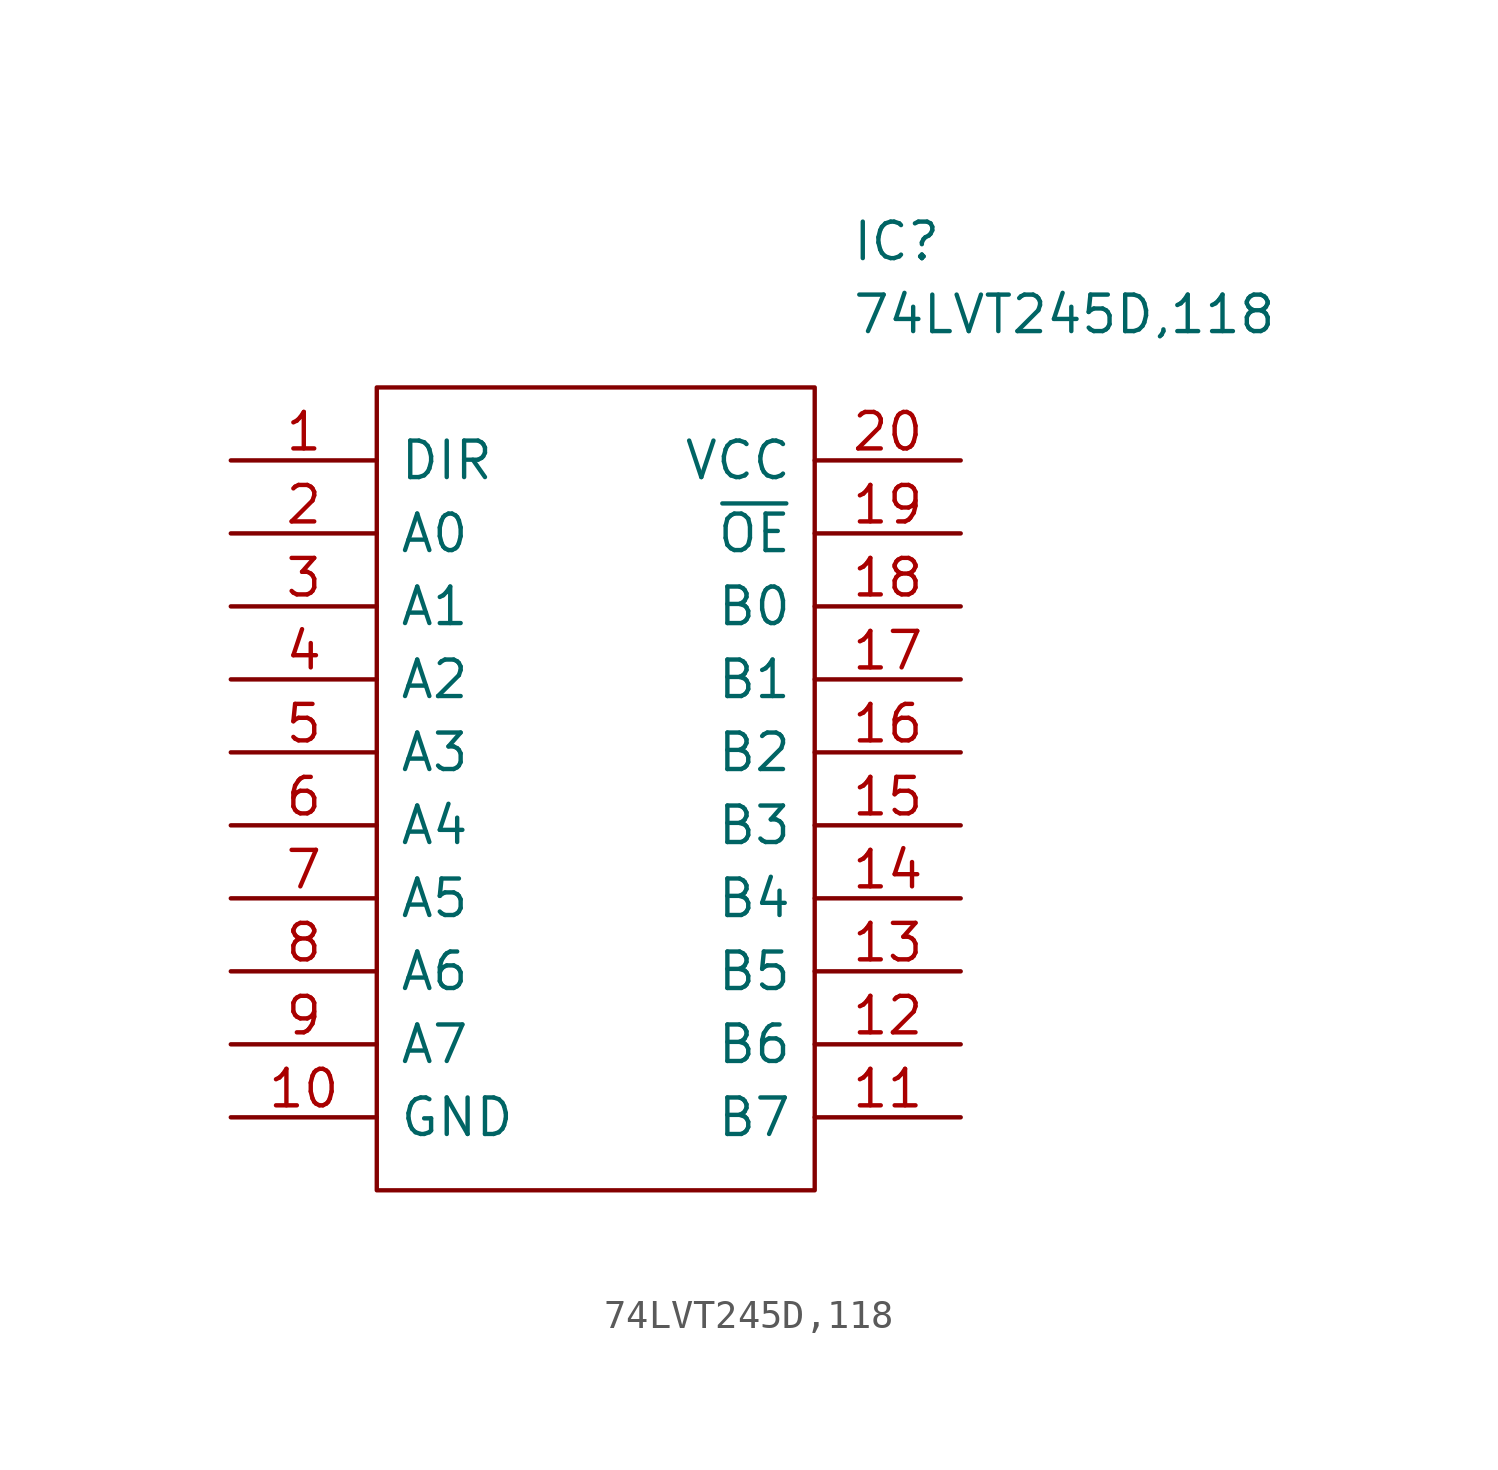
<source format=kicad_sym>
(kicad_symbol_lib
  (version 20211014)
  (generator kicad_symbol_editor)
  (symbol "74LVT245D,118"
    (pin_names
      (offset 0.762))
    (property "Reference" "IC"
      (at 21.59 7.62 0)
      (effects (font (size 1.27 1.27)) (justify left)))
    (property "Value" "74LVT245D,118"
      (at 21.59 5.08 0)
      (effects (font (size 1.27 1.27)) (justify left)))
    (symbol "74LVT245D,118_0_0"
      (pin passive line (at 0 0 0) (length 5.08) (name "DIR" (effects (font (size 1.27 1.27)))) (number "1" (effects (font (size 1.27 1.27)))))
      (pin passive line (at 0 -22.86 0) (length 5.08) (name "GND" (effects (font (size 1.27 1.27)))) (number "10" (effects (font (size 1.27 1.27)))))
      (pin passive line (at 25.4 -22.86 180) (length 5.08) (name "B7" (effects (font (size 1.27 1.27)))) (number "11" (effects (font (size 1.27 1.27)))))
      (pin passive line (at 25.4 -20.32 180) (length 5.08) (name "B6" (effects (font (size 1.27 1.27)))) (number "12" (effects (font (size 1.27 1.27)))))
      (pin passive line (at 25.4 -17.78 180) (length 5.08) (name "B5" (effects (font (size 1.27 1.27)))) (number "13" (effects (font (size 1.27 1.27)))))
      (pin passive line (at 25.4 -15.24 180) (length 5.08) (name "B4" (effects (font (size 1.27 1.27)))) (number "14" (effects (font (size 1.27 1.27)))))
      (pin passive line (at 25.4 -12.7 180) (length 5.08) (name "B3" (effects (font (size 1.27 1.27)))) (number "15" (effects (font (size 1.27 1.27)))))
      (pin passive line (at 25.4 -10.16 180) (length 5.08) (name "B2" (effects (font (size 1.27 1.27)))) (number "16" (effects (font (size 1.27 1.27)))))
      (pin passive line (at 25.4 -7.62 180) (length 5.08) (name "B1" (effects (font (size 1.27 1.27)))) (number "17" (effects (font (size 1.27 1.27)))))
      (pin passive line (at 25.4 -5.08 180) (length 5.08) (name "B0" (effects (font (size 1.27 1.27)))) (number "18" (effects (font (size 1.27 1.27)))))
      (pin passive line (at 25.4 -2.54 180) (length 5.08) (name "~{OE}" (effects (font (size 1.27 1.27)))) (number "19" (effects (font (size 1.27 1.27)))))
      (pin passive line (at 0 -2.54 0) (length 5.08) (name "A0" (effects (font (size 1.27 1.27)))) (number "2" (effects (font (size 1.27 1.27)))))
      (pin passive line (at 25.4 0 180) (length 5.08) (name "VCC" (effects (font (size 1.27 1.27)))) (number "20" (effects (font (size 1.27 1.27)))))
      (pin passive line (at 0 -5.08 0) (length 5.08) (name "A1" (effects (font (size 1.27 1.27)))) (number "3" (effects (font (size 1.27 1.27)))))
      (pin passive line (at 0 -7.62 0) (length 5.08) (name "A2" (effects (font (size 1.27 1.27)))) (number "4" (effects (font (size 1.27 1.27)))))
      (pin passive line (at 0 -10.16 0) (length 5.08) (name "A3" (effects (font (size 1.27 1.27)))) (number "5" (effects (font (size 1.27 1.27)))))
      (pin passive line (at 0 -12.7 0) (length 5.08) (name "A4" (effects (font (size 1.27 1.27)))) (number "6" (effects (font (size 1.27 1.27)))))
      (pin passive line (at 0 -15.24 0) (length 5.08) (name "A5" (effects (font (size 1.27 1.27)))) (number "7" (effects (font (size 1.27 1.27)))))
      (pin passive line (at 0 -17.78 0) (length 5.08) (name "A6" (effects (font (size 1.27 1.27)))) (number "8" (effects (font (size 1.27 1.27)))))
      (pin passive line (at 0 -20.32 0) (length 5.08) (name "A7" (effects (font (size 1.27 1.27)))) (number "9" (effects (font (size 1.27 1.27))))))
    (symbol "74LVT245D,118_0_1"
      (polyline (pts (xy 5.08 2.54) (xy 20.32 2.54) (xy 20.32 -25.4) (xy 5.08 -25.4) (xy 5.08 2.54)) (stroke (width 0.152) (type default) (color 0 0 0 0)) (fill (type none))))))
</source>
